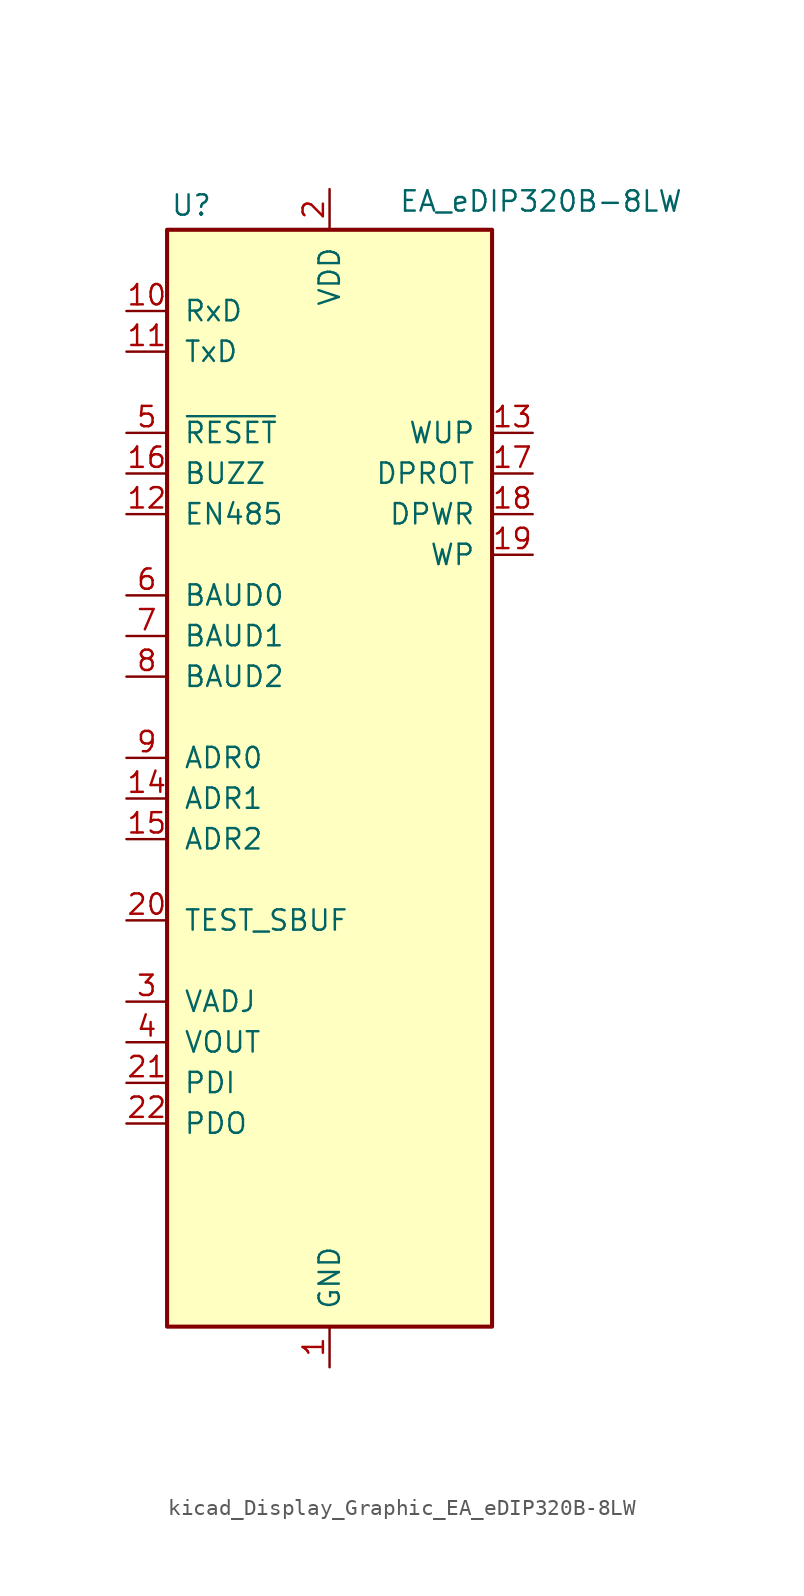
<source format=kicad_sym>
(kicad_symbol_lib
  (version 20220914)
  (generator kicad_symbol_editor)
  (symbol "kicad_Display_Graphic_EA_eDIP320B-8LW"
    (pin_names
      (offset 1.016))
    (property "Reference" "U"
      (at -8.636 29.464 0)
      (effects (font (size 1.27 1.27))))
    (property "Value" "EA_eDIP320B-8LW"
      (at 4.318 29.718 0)
      (effects (font (size 1.27 1.27)) (justify left)))
    (symbol "kicad_Display_Graphic_EA_eDIP320B-8LW_0_1"
      (rectangle (start -10.16 27.94) (end 10.16 -40.64) (stroke (width 0.254) (type default)) (fill (type background))))
    (symbol "kicad_Display_Graphic_EA_eDIP320B-8LW_1_1"
      (pin power_in line (at 0 -43.18 90) (length 2.54) (name "GND" (effects (font (size 1.27 1.27)))) (number "1" (effects (font (size 1.27 1.27)))))
      (pin input line (at -12.7 22.86 0) (length 2.54) (name "RxD" (effects (font (size 1.27 1.27)))) (number "10" (effects (font (size 1.27 1.27)))))
      (pin output line (at -12.7 20.32 0) (length 2.54) (name "TxD" (effects (font (size 1.27 1.27)))) (number "11" (effects (font (size 1.27 1.27)))))
      (pin output line (at -12.7 10.16 0) (length 2.54) (name "EN485" (effects (font (size 1.27 1.27)))) (number "12" (effects (font (size 1.27 1.27)))))
      (pin input line (at 12.7 15.24 180) (length 2.54) (name "WUP" (effects (font (size 1.27 1.27)))) (number "13" (effects (font (size 1.27 1.27)))))
      (pin input line (at -12.7 -7.62 0) (length 2.54) (name "ADR1" (effects (font (size 1.27 1.27)))) (number "14" (effects (font (size 1.27 1.27)))))
      (pin input line (at -12.7 -10.16 0) (length 2.54) (name "ADR2" (effects (font (size 1.27 1.27)))) (number "15" (effects (font (size 1.27 1.27)))))
      (pin output line (at -12.7 12.7 0) (length 2.54) (name "BUZZ" (effects (font (size 1.27 1.27)))) (number "16" (effects (font (size 1.27 1.27)))))
      (pin input line (at 12.7 12.7 180) (length 2.54) (name "DPROT" (effects (font (size 1.27 1.27)))) (number "17" (effects (font (size 1.27 1.27)))))
      (pin output line (at 12.7 10.16 180) (length 2.54) (name "DPWR" (effects (font (size 1.27 1.27)))) (number "18" (effects (font (size 1.27 1.27)))))
      (pin input line (at 12.7 7.62 180) (length 2.54) (name "WP" (effects (font (size 1.27 1.27)))) (number "19" (effects (font (size 1.27 1.27)))))
      (pin power_in line (at 0 30.48 270) (length 2.54) (name "VDD" (effects (font (size 1.27 1.27)))) (number "2" (effects (font (size 1.27 1.27)))))
      (pin open_collector line (at -12.7 -15.24 0) (length 2.54) (name "TEST_SBUF" (effects (font (size 1.27 1.27)))) (number "20" (effects (font (size 1.27 1.27)))))
      (pin input line (at -12.7 -25.4 0) (length 2.54) (name "PDI" (effects (font (size 1.27 1.27)))) (number "21" (effects (font (size 1.27 1.27)))))
      (pin output line (at -12.7 -27.94 0) (length 2.54) (name "PDO" (effects (font (size 1.27 1.27)))) (number "22" (effects (font (size 1.27 1.27)))))
      (pin no_connect line (at -10.16 -30.48 0) (length 2.54) hide (name "NC" (effects (font (size 1.27 1.27)))) (number "23" (effects (font (size 1.27 1.27)))))
      (pin no_connect line (at -10.16 -33.02 0) (length 2.54) hide (name "NC" (effects (font (size 1.27 1.27)))) (number "24" (effects (font (size 1.27 1.27)))))
      (pin no_connect line (at -10.16 -35.56 0) (length 2.54) hide (name "NC" (effects (font (size 1.27 1.27)))) (number "25" (effects (font (size 1.27 1.27)))))
      (pin no_connect line (at -10.16 -38.1 0) (length 2.54) hide (name "NC" (effects (font (size 1.27 1.27)))) (number "26" (effects (font (size 1.27 1.27)))))
      (pin no_connect line (at 10.16 25.4 180) (length 2.54) hide (name "NC" (effects (font (size 1.27 1.27)))) (number "27" (effects (font (size 1.27 1.27)))))
      (pin no_connect line (at 10.16 22.86 180) (length 2.54) hide (name "NC" (effects (font (size 1.27 1.27)))) (number "28" (effects (font (size 1.27 1.27)))))
      (pin no_connect line (at 10.16 20.32 180) (length 2.54) hide (name "NC" (effects (font (size 1.27 1.27)))) (number "29" (effects (font (size 1.27 1.27)))))
      (pin input line (at -12.7 -20.32 0) (length 2.54) (name "VADJ" (effects (font (size 1.27 1.27)))) (number "3" (effects (font (size 1.27 1.27)))))
      (pin no_connect line (at 10.16 17.78 180) (length 2.54) hide (name "NC" (effects (font (size 1.27 1.27)))) (number "30" (effects (font (size 1.27 1.27)))))
      (pin no_connect line (at 10.16 5.08 180) (length 2.54) hide (name "NC" (effects (font (size 1.27 1.27)))) (number "31" (effects (font (size 1.27 1.27)))))
      (pin no_connect line (at 10.16 2.54 180) (length 2.54) hide (name "NC" (effects (font (size 1.27 1.27)))) (number "32" (effects (font (size 1.27 1.27)))))
      (pin no_connect line (at 10.16 0 180) (length 2.54) hide (name "NC" (effects (font (size 1.27 1.27)))) (number "33" (effects (font (size 1.27 1.27)))))
      (pin no_connect line (at 10.16 -2.54 180) (length 2.54) hide (name "NC" (effects (font (size 1.27 1.27)))) (number "34" (effects (font (size 1.27 1.27)))))
      (pin no_connect line (at 10.16 -5.08 180) (length 2.54) hide (name "NC" (effects (font (size 1.27 1.27)))) (number "35" (effects (font (size 1.27 1.27)))))
      (pin no_connect line (at 10.16 -7.62 180) (length 2.54) hide (name "NC" (effects (font (size 1.27 1.27)))) (number "36" (effects (font (size 1.27 1.27)))))
      (pin no_connect line (at 10.16 -10.16 180) (length 2.54) hide (name "NC" (effects (font (size 1.27 1.27)))) (number "37" (effects (font (size 1.27 1.27)))))
      (pin no_connect line (at 10.16 -12.7 180) (length 2.54) hide (name "NC" (effects (font (size 1.27 1.27)))) (number "38" (effects (font (size 1.27 1.27)))))
      (pin no_connect line (at 10.16 -15.24 180) (length 2.54) hide (name "NC" (effects (font (size 1.27 1.27)))) (number "39" (effects (font (size 1.27 1.27)))))
      (pin output line (at -12.7 -22.86 0) (length 2.54) (name "VOUT" (effects (font (size 1.27 1.27)))) (number "4" (effects (font (size 1.27 1.27)))))
      (pin no_connect line (at 10.16 -17.78 180) (length 2.54) hide (name "NC" (effects (font (size 1.27 1.27)))) (number "40" (effects (font (size 1.27 1.27)))))
      (pin no_connect line (at 10.16 -20.32 180) (length 2.54) hide (name "NC" (effects (font (size 1.27 1.27)))) (number "41" (effects (font (size 1.27 1.27)))))
      (pin no_connect line (at 10.16 -22.86 180) (length 2.54) hide (name "NC" (effects (font (size 1.27 1.27)))) (number "42" (effects (font (size 1.27 1.27)))))
      (pin no_connect line (at 10.16 -25.4 180) (length 2.54) hide (name "NC" (effects (font (size 1.27 1.27)))) (number "43" (effects (font (size 1.27 1.27)))))
      (pin no_connect line (at 10.16 -27.94 180) (length 2.54) hide (name "NC" (effects (font (size 1.27 1.27)))) (number "44" (effects (font (size 1.27 1.27)))))
      (pin no_connect line (at 10.16 -30.48 180) (length 2.54) hide (name "NC" (effects (font (size 1.27 1.27)))) (number "45" (effects (font (size 1.27 1.27)))))
      (pin no_connect line (at 10.16 -33.02 180) (length 2.54) hide (name "NC" (effects (font (size 1.27 1.27)))) (number "46" (effects (font (size 1.27 1.27)))))
      (pin no_connect line (at 10.16 -35.56 180) (length 2.54) hide (name "NC" (effects (font (size 1.27 1.27)))) (number "47" (effects (font (size 1.27 1.27)))))
      (pin input line (at -12.7 15.24 0) (length 2.54) (name "~{RESET}" (effects (font (size 1.27 1.27)))) (number "5" (effects (font (size 1.27 1.27)))))
      (pin input line (at -12.7 5.08 0) (length 2.54) (name "BAUD0" (effects (font (size 1.27 1.27)))) (number "6" (effects (font (size 1.27 1.27)))))
      (pin input line (at -12.7 2.54 0) (length 2.54) (name "BAUD1" (effects (font (size 1.27 1.27)))) (number "7" (effects (font (size 1.27 1.27)))))
      (pin no_connect line (at 10.16 -38.1 180) (length 2.54) hide (name "NC" (effects (font (size 1.27 1.27)))) (number "78" (effects (font (size 1.27 1.27)))))
      (pin input line (at -12.7 0 0) (length 2.54) (name "BAUD2" (effects (font (size 1.27 1.27)))) (number "8" (effects (font (size 1.27 1.27)))))
      (pin input line (at -12.7 -5.08 0) (length 2.54) (name "ADR0" (effects (font (size 1.27 1.27)))) (number "9" (effects (font (size 1.27 1.27))))))))
</source>
